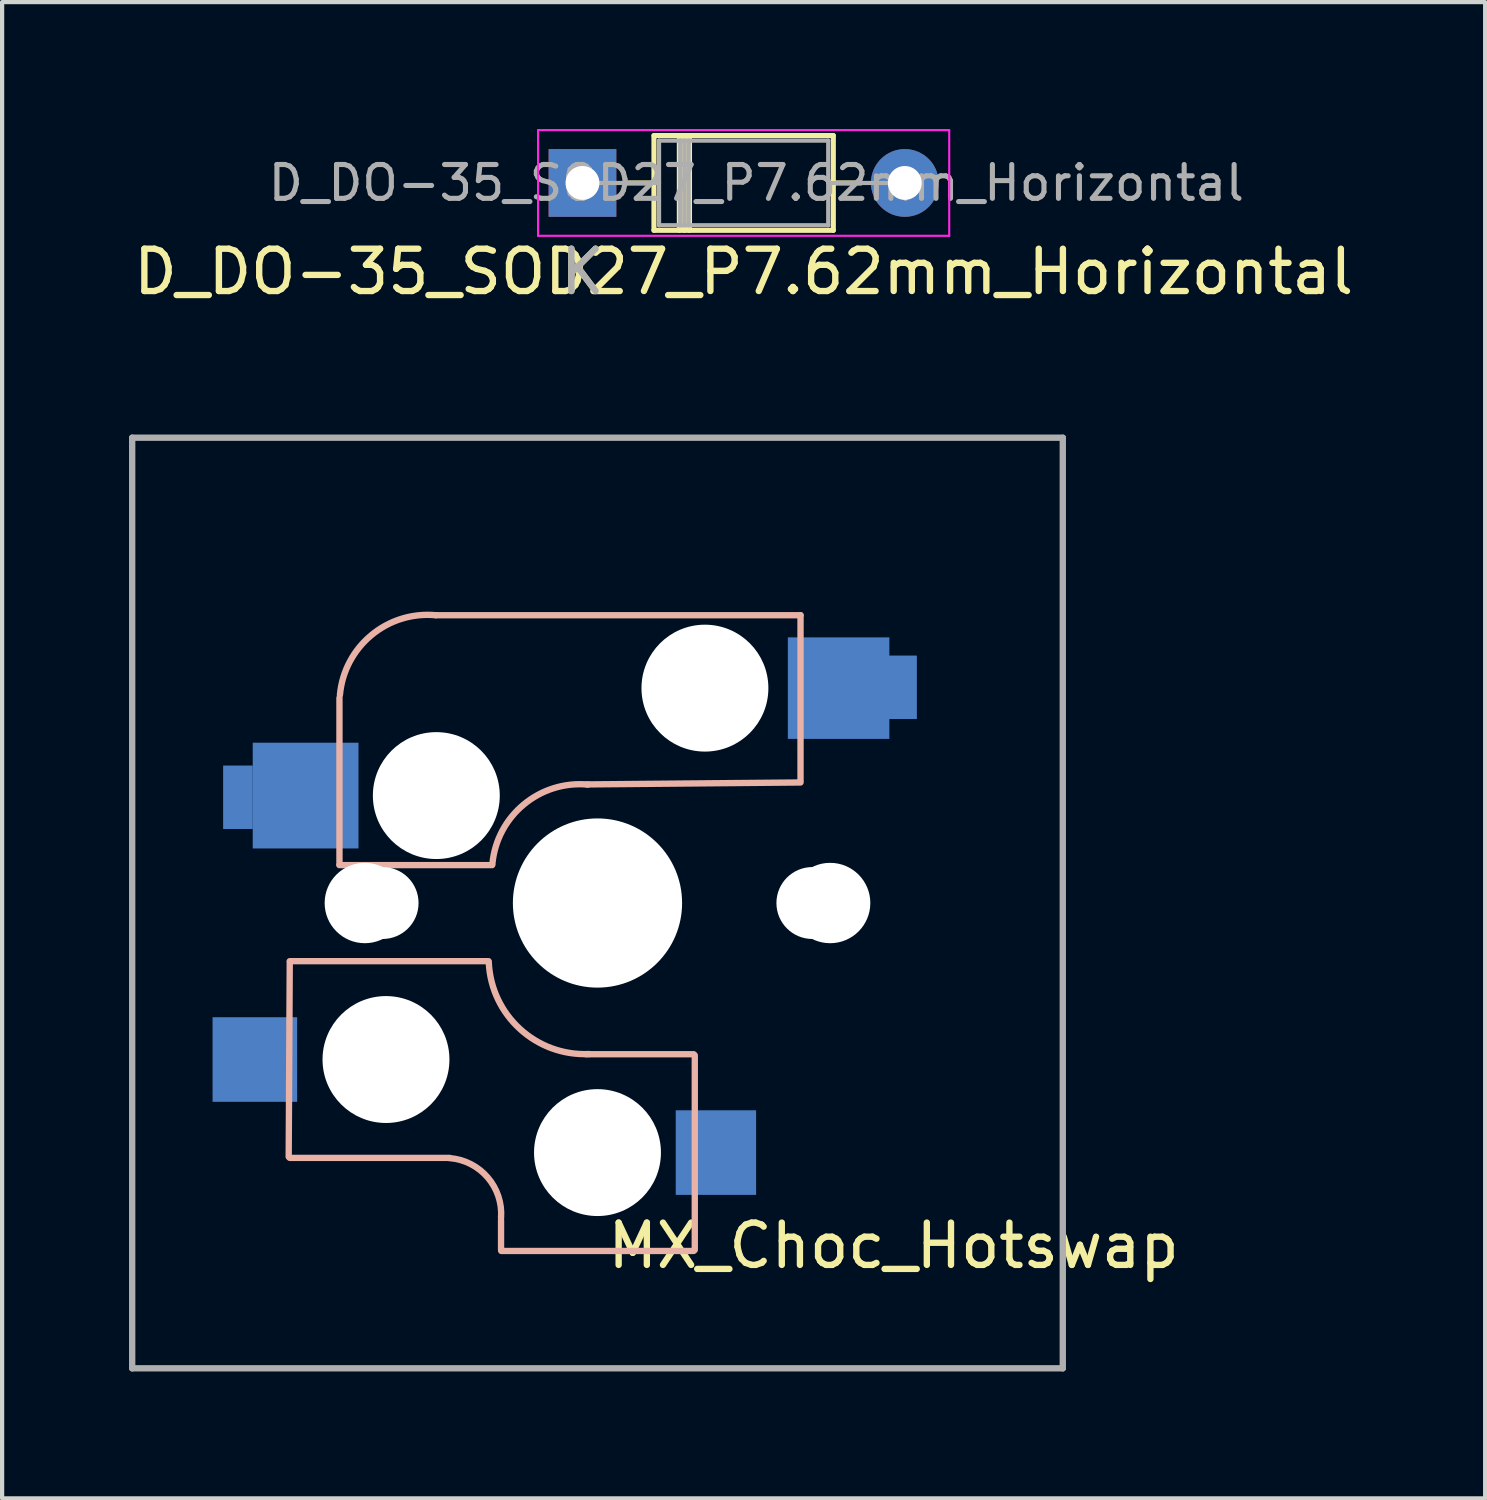
<source format=kicad_pcb>
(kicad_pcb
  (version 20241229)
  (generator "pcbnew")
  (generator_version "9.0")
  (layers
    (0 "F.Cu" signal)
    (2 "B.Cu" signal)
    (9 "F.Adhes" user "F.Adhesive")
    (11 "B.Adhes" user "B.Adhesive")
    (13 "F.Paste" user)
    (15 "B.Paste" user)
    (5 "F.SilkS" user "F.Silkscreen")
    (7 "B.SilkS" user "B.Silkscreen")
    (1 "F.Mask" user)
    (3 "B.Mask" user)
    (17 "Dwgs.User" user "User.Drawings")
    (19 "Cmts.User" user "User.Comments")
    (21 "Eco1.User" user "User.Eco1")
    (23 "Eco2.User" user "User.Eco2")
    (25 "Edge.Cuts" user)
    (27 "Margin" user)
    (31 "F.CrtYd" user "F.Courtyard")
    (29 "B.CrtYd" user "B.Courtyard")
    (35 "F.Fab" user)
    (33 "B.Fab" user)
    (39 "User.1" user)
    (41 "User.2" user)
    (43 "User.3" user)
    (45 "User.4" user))
  (footprint "MX_Choc_Hotswap"
    (layer "F.Cu")
    (at 11.075 18.298)
    (property "Reference" "MX_Choc_Hotswap" (at 7 8.1 0) (layer "F.SilkS") (effects (font (size 1 1) (thickness 0.15))))
    (attr through_hole)
    (fp_line (start -7.275 1.4) (end -7.3 6) (stroke (width 0.15) (type solid)) (layer "B.SilkS"))
    (fp_line (start -6.1 -4.85) (end -6.1 -0.905) (stroke (width 0.15) (type solid)) (layer "B.SilkS"))
    (fp_line (start -6.1 -0.896) (end -2.49 -0.896) (stroke (width 0.15) (type solid)) (layer "B.SilkS"))
    (fp_line (start -3.5 6.025) (end -7.275 6.025) (stroke (width 0.15) (type solid)) (layer "B.SilkS"))
    (fp_line (start -2.575 1.375) (end -7.275 1.375) (stroke (width 0.15) (type solid)) (layer "B.SilkS"))
    (fp_line (start -2.28 7.5) (end -2.28 8.2) (stroke (width 0.15) (type solid)) (layer "B.SilkS"))
    (fp_line (start 2.275 3.575) (end -0.275 3.575) (stroke (width 0.15) (type solid)) (layer "B.SilkS"))
    (fp_line (start 2.275 8.225) (end -2.275 8.225) (stroke (width 0.15) (type solid)) (layer "B.SilkS"))
    (fp_line (start 2.3 3.6) (end 2.3 8.2) (stroke (width 0.15) (type solid)) (layer "B.SilkS"))
    (fp_line (start 4.8 -6.804) (end -3.825 -6.804) (stroke (width 0.15) (type solid)) (layer "B.SilkS"))
    (fp_line (start 4.8 -2.896) (end 4.8 -6.804) (stroke (width 0.15) (type solid)) (layer "B.SilkS"))
    (fp_line (start 4.8 -2.85) (end -0.25 -2.804) (stroke (width 0.15) (type solid)) (layer "B.SilkS"))
    (fp_arc (start -6.089 -4.92) (mid -5.347189 -6.33089) (end -3.825 -6.804) (stroke (width 0.15) (type solid)) (layer "B.SilkS"))
    (fp_arc (start -3.5 6.03) (mid -2.595908 6.48733) (end -2.28 7.45) (stroke (width 0.15) (type solid)) (layer "B.SilkS"))
    (fp_arc (start -2.484999 -0.920001) (mid -1.74436 -2.328062) (end -0.225 -2.8) (stroke (width 0.15) (type solid)) (layer "B.SilkS"))
    (fp_arc (start -0.2 3.57) (mid -1.834422 2.975843) (end -2.57 1.4) (stroke (width 0.15) (type solid)) (layer "B.SilkS"))
    (fp_line (start -9 -9) (end 9 -9) (stroke (width 0.15) (type solid)) (layer "Eco2.User"))
    (fp_line (start -9 9) (end -9 -9) (stroke (width 0.15) (type solid)) (layer "Eco2.User"))
    (fp_line (start -7 -7) (end 7 -7) (stroke (width 0.15) (type solid)) (layer "Eco2.User"))
    (fp_line (start -7 7) (end -7 -7) (stroke (width 0.15) (type solid)) (layer "Eco2.User"))
    (fp_line (start 7 -7) (end 7 7) (stroke (width 0.15) (type solid)) (layer "Eco2.User"))
    (fp_line (start 7 7) (end -7 7) (stroke (width 0.15) (type solid)) (layer "Eco2.User"))
    (fp_line (start 9 -9) (end 9 9) (stroke (width 0.15) (type solid)) (layer "Eco2.User"))
    (fp_line (start 9 9) (end -9 9) (stroke (width 0.15) (type solid)) (layer "Eco2.User"))
    (fp_line (start -11 -11) (end -11 11) (stroke (width 0.15) (type solid)) (layer "F.Fab"))
    (fp_line (start -11 11) (end 11 11) (stroke (width 0.15) (type solid)) (layer "F.Fab"))
    (fp_line (start 11 -11) (end -11 -11) (stroke (width 0.15) (type solid)) (layer "F.Fab"))
    (fp_line (start 11 11) (end 11 -11) (stroke (width 0.15) (type solid)) (layer "F.Fab"))
    (pad "" np_thru_hole circle (at -5.5 0 90) (size 1.9 1.9) (drill 1.9) (layers "*.Cu" "*.Mask"))
    (pad "" np_thru_hole circle (at -5.08 0) (size 1.7 1.7) (drill 1.7) (layers "*.Cu" "*.Mask"))
    (pad "" np_thru_hole circle (at -5 3.7 90) (size 3 3) (drill 3) (layers "*.Cu" "*.Mask"))
    (pad "" np_thru_hole circle (at -3.825 -2.58 180) (size 0.1 0.1) (drill 0.1) (layers "*.Cu" "*.Mask"))
    (pad "" np_thru_hole circle (at -3.81 -2.54 180) (size 3 3) (drill 3) (layers "*.Cu" "*.Mask"))
    (pad "" np_thru_hole circle (at 0 0 90) (size 4 4) (drill 4) (layers "*.Cu" "*.Mask"))
    (pad "" np_thru_hole circle (at 0 5.9 90) (size 3 3) (drill 3) (layers "*.Cu" "*.Mask"))
    (pad "" np_thru_hole circle (at 2.54 -5.08 180) (size 3 3) (drill 3) (layers "*.Cu" "*.Mask"))
    (pad "" np_thru_hole circle (at 5.08 0) (size 1.7 1.7) (drill 1.7) (layers "*.Cu" "*.Mask"))
    (pad "" np_thru_hole circle (at 5.5 0 90) (size 1.9 1.9) (drill 1.9) (layers "*.Cu" "*.Mask"))
    (pad "1" smd rect (at -8.5 -2.5) (size 0.7 1.5) (layers "B.Cu" "B.Mask" "B.Paste"))
    (pad "1" smd rect (at -8.1 3.7 180) (size 2 2) (layers "B.Cu" "B.Mask" "B.Paste"))
    (pad "1" smd rect (at -6.9 -2.54 180) (size 2.5 2.5) (layers "B.Cu" "B.Mask" "B.Paste"))
    (pad "2" smd rect (at 2.8 5.9 180) (size 1.9 2) (layers "B.Cu" "B.Mask" "B.Paste"))
    (pad "2" smd rect (at 5.7 -5.08 180) (size 2.4 2.4) (layers "B.Cu" "B.Mask" "B.Paste"))
    (pad "2" smd rect (at 7.2 -5.1) (size 0.7 1.5) (layers "B.Cu" "B.Mask" "B.Paste")))
  (footprint "D_DO-35_SOD27_P7.62mm_Horizontal"
    (layer "F.Cu")
    (at 10.72 1.275)
    (property "Reference" "D_DO-35_SOD27_P7.62mm_Horizontal" (at 3.81 2.1 0) (layer "F.SilkS") (effects (font (size 1 1) (thickness 0.15))))
    (attr through_hole)
    (fp_line (start 1.04 0) (end 1.69 0) (stroke (width 0.12) (type solid)) (layer "F.SilkS"))
    (fp_line (start 1.69 -1.12) (end 1.69 1.12) (stroke (width 0.12) (type solid)) (layer "F.SilkS"))
    (fp_line (start 1.69 1.12) (end 5.93 1.12) (stroke (width 0.12) (type solid)) (layer "F.SilkS"))
    (fp_line (start 2.29 -1.12) (end 2.29 1.12) (stroke (width 0.12) (type solid)) (layer "F.SilkS"))
    (fp_line (start 2.41 -1.12) (end 2.41 1.12) (stroke (width 0.12) (type solid)) (layer "F.SilkS"))
    (fp_line (start 2.53 -1.12) (end 2.53 1.12) (stroke (width 0.12) (type solid)) (layer "F.SilkS"))
    (fp_line (start 5.93 -1.12) (end 1.69 -1.12) (stroke (width 0.12) (type solid)) (layer "F.SilkS"))
    (fp_line (start 5.93 1.12) (end 5.93 -1.12) (stroke (width 0.12) (type solid)) (layer "F.SilkS"))
    (fp_line (start 6.58 0) (end 5.93 0) (stroke (width 0.12) (type solid)) (layer "F.SilkS"))
    (fp_line (start -1.05 -1.25) (end -1.05 1.25) (stroke (width 0.05) (type solid)) (layer "F.CrtYd"))
    (fp_line (start -1.05 1.25) (end 8.67 1.25) (stroke (width 0.05) (type solid)) (layer "F.CrtYd"))
    (fp_line (start 8.67 -1.25) (end -1.05 -1.25) (stroke (width 0.05) (type solid)) (layer "F.CrtYd"))
    (fp_line (start 8.67 1.25) (end 8.67 -1.25) (stroke (width 0.05) (type solid)) (layer "F.CrtYd"))
    (fp_line (start 0 0) (end 1.81 0) (stroke (width 0.1) (type solid)) (layer "F.Fab"))
    (fp_line (start 1.81 -1) (end 1.81 1) (stroke (width 0.1) (type solid)) (layer "F.Fab"))
    (fp_line (start 1.81 1) (end 5.81 1) (stroke (width 0.1) (type solid)) (layer "F.Fab"))
    (fp_line (start 2.31 -1) (end 2.31 1) (stroke (width 0.1) (type solid)) (layer "F.Fab"))
    (fp_line (start 2.41 -1) (end 2.41 1) (stroke (width 0.1) (type solid)) (layer "F.Fab"))
    (fp_line (start 2.51 -1) (end 2.51 1) (stroke (width 0.1) (type solid)) (layer "F.Fab"))
    (fp_line (start 5.81 -1) (end 1.81 -1) (stroke (width 0.1) (type solid)) (layer "F.Fab"))
    (fp_line (start 5.81 1) (end 5.81 -1) (stroke (width 0.1) (type solid)) (layer "F.Fab"))
    (fp_line (start 7.62 0) (end 5.81 0) (stroke (width 0.1) (type solid)) (layer "F.Fab"))
    (fp_text user "K" (at 0 2.1 0) (layer "F.SilkS") (effects (font (size 1 1) (thickness 0.15))))
    (fp_text user "${REFERENCE}" (at 4.11 0 0) (layer "F.Fab") (effects (font (size 0.8 0.8) (thickness 0.12))))
    (fp_text user "K" (at 0 2.1 0) (layer "F.Fab") (effects (font (size 1 1) (thickness 0.15))))
    (pad "1" thru_hole rect (at 0 0) (size 1.6 1.6) (drill 0.8) (layers "*.Cu" "*.Mask"))
    (pad "2" thru_hole oval (at 7.62 0) (size 1.6 1.6) (drill 0.8) (layers "*.Cu" "*.Mask")))
  (gr_rect
    (start -3 -3)
    (end 32.06 32.373)
    (stroke (width 0.1) (type default))
    (fill no)
    (layer "Edge.Cuts")))
</source>
